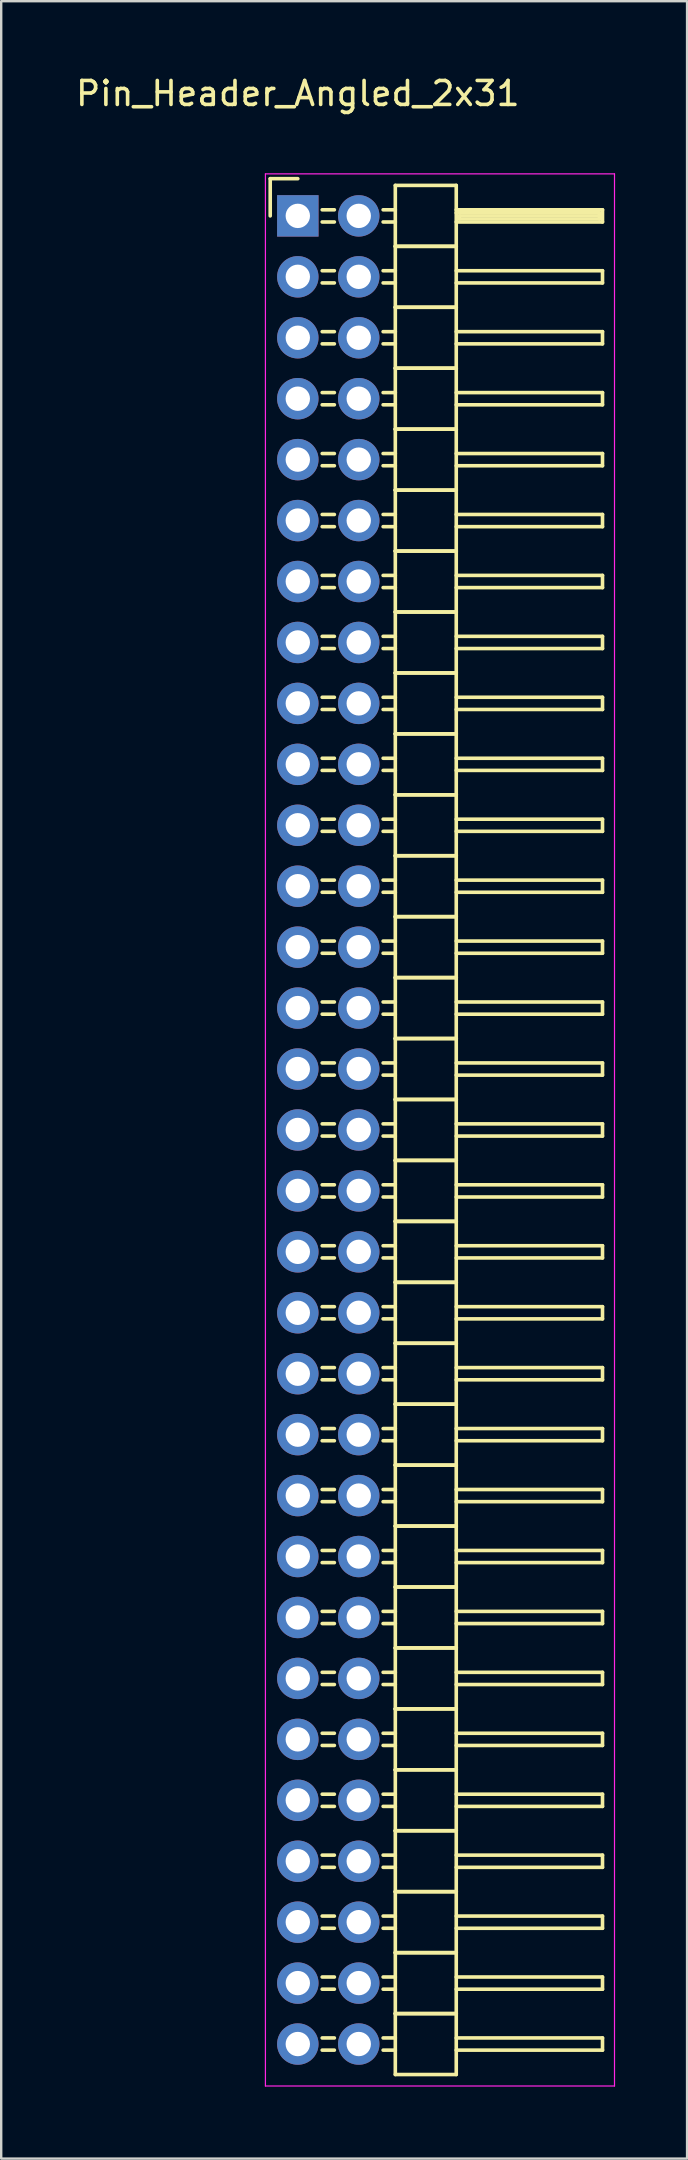
<source format=kicad_pcb>
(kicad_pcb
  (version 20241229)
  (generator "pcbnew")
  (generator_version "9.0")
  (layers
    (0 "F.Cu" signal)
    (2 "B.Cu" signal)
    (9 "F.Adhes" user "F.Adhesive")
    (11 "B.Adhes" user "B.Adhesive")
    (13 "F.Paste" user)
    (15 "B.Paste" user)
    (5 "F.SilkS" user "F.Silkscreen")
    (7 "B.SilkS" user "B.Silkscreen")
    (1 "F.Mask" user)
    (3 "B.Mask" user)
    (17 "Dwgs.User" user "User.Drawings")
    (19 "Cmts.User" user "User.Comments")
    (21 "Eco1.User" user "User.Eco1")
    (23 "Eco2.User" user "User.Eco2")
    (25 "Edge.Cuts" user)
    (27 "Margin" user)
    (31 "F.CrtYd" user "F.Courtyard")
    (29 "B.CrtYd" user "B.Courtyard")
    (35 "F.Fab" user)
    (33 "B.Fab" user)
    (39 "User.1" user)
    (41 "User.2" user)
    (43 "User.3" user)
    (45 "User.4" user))
  (footprint "Pin_Header_Angled_2x31"
    (layer "F.Cu")
    (at 9.363 5.948)
    (property "Reference" "Pin_Header_Angled_2x31" (at 0 -5.1 0) (layer "F.SilkS") (effects (font (size 1 1) (thickness 0.15))))
    (attr through_hole)
    (fp_line (start -1.15 -1.55) (end -1.15 0) (stroke (width 0.15) (type solid)) (layer "F.SilkS"))
    (fp_line (start 0 -1.55) (end -1.15 -1.55) (stroke (width 0.15) (type solid)) (layer "F.SilkS"))
    (fp_line (start 1.524 -0.254) (end 1.016 -0.254) (stroke (width 0.15) (type solid)) (layer "F.SilkS"))
    (fp_line (start 1.524 0.254) (end 1.016 0.254) (stroke (width 0.15) (type solid)) (layer "F.SilkS"))
    (fp_line (start 1.524 2.286) (end 1.016 2.286) (stroke (width 0.15) (type solid)) (layer "F.SilkS"))
    (fp_line (start 1.524 2.794) (end 1.016 2.794) (stroke (width 0.15) (type solid)) (layer "F.SilkS"))
    (fp_line (start 1.524 4.826) (end 1.016 4.826) (stroke (width 0.15) (type solid)) (layer "F.SilkS"))
    (fp_line (start 1.524 5.334) (end 1.016 5.334) (stroke (width 0.15) (type solid)) (layer "F.SilkS"))
    (fp_line (start 1.524 7.366) (end 1.016 7.366) (stroke (width 0.15) (type solid)) (layer "F.SilkS"))
    (fp_line (start 1.524 7.874) (end 1.016 7.874) (stroke (width 0.15) (type solid)) (layer "F.SilkS"))
    (fp_line (start 1.524 9.906) (end 1.016 9.906) (stroke (width 0.15) (type solid)) (layer "F.SilkS"))
    (fp_line (start 1.524 10.414) (end 1.016 10.414) (stroke (width 0.15) (type solid)) (layer "F.SilkS"))
    (fp_line (start 1.524 12.446) (end 1.016 12.446) (stroke (width 0.15) (type solid)) (layer "F.SilkS"))
    (fp_line (start 1.524 12.954) (end 1.016 12.954) (stroke (width 0.15) (type solid)) (layer "F.SilkS"))
    (fp_line (start 1.524 14.986) (end 1.016 14.986) (stroke (width 0.15) (type solid)) (layer "F.SilkS"))
    (fp_line (start 1.524 15.494) (end 1.016 15.494) (stroke (width 0.15) (type solid)) (layer "F.SilkS"))
    (fp_line (start 1.524 17.526) (end 1.016 17.526) (stroke (width 0.15) (type solid)) (layer "F.SilkS"))
    (fp_line (start 1.524 18.034) (end 1.016 18.034) (stroke (width 0.15) (type solid)) (layer "F.SilkS"))
    (fp_line (start 1.524 20.066) (end 1.016 20.066) (stroke (width 0.15) (type solid)) (layer "F.SilkS"))
    (fp_line (start 1.524 20.574) (end 1.016 20.574) (stroke (width 0.15) (type solid)) (layer "F.SilkS"))
    (fp_line (start 1.524 22.606) (end 1.016 22.606) (stroke (width 0.15) (type solid)) (layer "F.SilkS"))
    (fp_line (start 1.524 23.114) (end 1.016 23.114) (stroke (width 0.15) (type solid)) (layer "F.SilkS"))
    (fp_line (start 1.524 25.146) (end 1.016 25.146) (stroke (width 0.15) (type solid)) (layer "F.SilkS"))
    (fp_line (start 1.524 25.654) (end 1.016 25.654) (stroke (width 0.15) (type solid)) (layer "F.SilkS"))
    (fp_line (start 1.524 27.686) (end 1.016 27.686) (stroke (width 0.15) (type solid)) (layer "F.SilkS"))
    (fp_line (start 1.524 28.194) (end 1.016 28.194) (stroke (width 0.15) (type solid)) (layer "F.SilkS"))
    (fp_line (start 1.524 30.226) (end 1.016 30.226) (stroke (width 0.15) (type solid)) (layer "F.SilkS"))
    (fp_line (start 1.524 30.734) (end 1.016 30.734) (stroke (width 0.15) (type solid)) (layer "F.SilkS"))
    (fp_line (start 1.524 32.766) (end 1.016 32.766) (stroke (width 0.15) (type solid)) (layer "F.SilkS"))
    (fp_line (start 1.524 33.274) (end 1.016 33.274) (stroke (width 0.15) (type solid)) (layer "F.SilkS"))
    (fp_line (start 1.524 35.306) (end 1.016 35.306) (stroke (width 0.15) (type solid)) (layer "F.SilkS"))
    (fp_line (start 1.524 35.814) (end 1.016 35.814) (stroke (width 0.15) (type solid)) (layer "F.SilkS"))
    (fp_line (start 1.524 37.846) (end 1.016 37.846) (stroke (width 0.15) (type solid)) (layer "F.SilkS"))
    (fp_line (start 1.524 38.354) (end 1.016 38.354) (stroke (width 0.15) (type solid)) (layer "F.SilkS"))
    (fp_line (start 1.524 40.386) (end 1.016 40.386) (stroke (width 0.15) (type solid)) (layer "F.SilkS"))
    (fp_line (start 1.524 40.894) (end 1.016 40.894) (stroke (width 0.15) (type solid)) (layer "F.SilkS"))
    (fp_line (start 1.524 42.926) (end 1.016 42.926) (stroke (width 0.15) (type solid)) (layer "F.SilkS"))
    (fp_line (start 1.524 43.434) (end 1.016 43.434) (stroke (width 0.15) (type solid)) (layer "F.SilkS"))
    (fp_line (start 1.524 45.466) (end 1.016 45.466) (stroke (width 0.15) (type solid)) (layer "F.SilkS"))
    (fp_line (start 1.524 45.974) (end 1.016 45.974) (stroke (width 0.15) (type solid)) (layer "F.SilkS"))
    (fp_line (start 1.524 48.006) (end 1.016 48.006) (stroke (width 0.15) (type solid)) (layer "F.SilkS"))
    (fp_line (start 1.524 48.514) (end 1.016 48.514) (stroke (width 0.15) (type solid)) (layer "F.SilkS"))
    (fp_line (start 1.524 50.546) (end 1.016 50.546) (stroke (width 0.15) (type solid)) (layer "F.SilkS"))
    (fp_line (start 1.524 51.054) (end 1.016 51.054) (stroke (width 0.15) (type solid)) (layer "F.SilkS"))
    (fp_line (start 1.524 53.086) (end 1.016 53.086) (stroke (width 0.15) (type solid)) (layer "F.SilkS"))
    (fp_line (start 1.524 53.594) (end 1.016 53.594) (stroke (width 0.15) (type solid)) (layer "F.SilkS"))
    (fp_line (start 1.524 55.626) (end 1.016 55.626) (stroke (width 0.15) (type solid)) (layer "F.SilkS"))
    (fp_line (start 1.524 56.134) (end 1.016 56.134) (stroke (width 0.15) (type solid)) (layer "F.SilkS"))
    (fp_line (start 1.524 58.166) (end 1.016 58.166) (stroke (width 0.15) (type solid)) (layer "F.SilkS"))
    (fp_line (start 1.524 58.674) (end 1.016 58.674) (stroke (width 0.15) (type solid)) (layer "F.SilkS"))
    (fp_line (start 1.524 60.706) (end 1.016 60.706) (stroke (width 0.15) (type solid)) (layer "F.SilkS"))
    (fp_line (start 1.524 61.214) (end 1.016 61.214) (stroke (width 0.15) (type solid)) (layer "F.SilkS"))
    (fp_line (start 1.524 63.246) (end 1.016 63.246) (stroke (width 0.15) (type solid)) (layer "F.SilkS"))
    (fp_line (start 1.524 63.754) (end 1.016 63.754) (stroke (width 0.15) (type solid)) (layer "F.SilkS"))
    (fp_line (start 1.524 65.786) (end 1.016 65.786) (stroke (width 0.15) (type solid)) (layer "F.SilkS"))
    (fp_line (start 1.524 66.294) (end 1.016 66.294) (stroke (width 0.15) (type solid)) (layer "F.SilkS"))
    (fp_line (start 1.524 68.326) (end 1.016 68.326) (stroke (width 0.15) (type solid)) (layer "F.SilkS"))
    (fp_line (start 1.524 68.834) (end 1.016 68.834) (stroke (width 0.15) (type solid)) (layer "F.SilkS"))
    (fp_line (start 1.524 70.866) (end 1.016 70.866) (stroke (width 0.15) (type solid)) (layer "F.SilkS"))
    (fp_line (start 1.524 71.374) (end 1.016 71.374) (stroke (width 0.15) (type solid)) (layer "F.SilkS"))
    (fp_line (start 1.524 73.406) (end 1.016 73.406) (stroke (width 0.15) (type solid)) (layer "F.SilkS"))
    (fp_line (start 1.524 73.914) (end 1.016 73.914) (stroke (width 0.15) (type solid)) (layer "F.SilkS"))
    (fp_line (start 1.524 75.946) (end 1.016 75.946) (stroke (width 0.15) (type solid)) (layer "F.SilkS"))
    (fp_line (start 1.524 76.454) (end 1.016 76.454) (stroke (width 0.15) (type solid)) (layer "F.SilkS"))
    (fp_line (start 4.064 -1.27) (end 4.064 1.27) (stroke (width 0.15) (type solid)) (layer "F.SilkS"))
    (fp_line (start 4.064 -1.27) (end 6.604 -1.27) (stroke (width 0.15) (type solid)) (layer "F.SilkS"))
    (fp_line (start 4.064 -0.254) (end 3.556 -0.254) (stroke (width 0.15) (type solid)) (layer "F.SilkS"))
    (fp_line (start 4.064 0.254) (end 3.556 0.254) (stroke (width 0.15) (type solid)) (layer "F.SilkS"))
    (fp_line (start 4.064 1.27) (end 4.064 3.81) (stroke (width 0.15) (type solid)) (layer "F.SilkS"))
    (fp_line (start 4.064 1.27) (end 6.604 1.27) (stroke (width 0.15) (type solid)) (layer "F.SilkS"))
    (fp_line (start 4.064 1.27) (end 6.604 1.27) (stroke (width 0.15) (type solid)) (layer "F.SilkS"))
    (fp_line (start 4.064 2.286) (end 3.556 2.286) (stroke (width 0.15) (type solid)) (layer "F.SilkS"))
    (fp_line (start 4.064 2.794) (end 3.556 2.794) (stroke (width 0.15) (type solid)) (layer "F.SilkS"))
    (fp_line (start 4.064 3.81) (end 4.064 6.35) (stroke (width 0.15) (type solid)) (layer "F.SilkS"))
    (fp_line (start 4.064 3.81) (end 6.604 3.81) (stroke (width 0.15) (type solid)) (layer "F.SilkS"))
    (fp_line (start 4.064 3.81) (end 6.604 3.81) (stroke (width 0.15) (type solid)) (layer "F.SilkS"))
    (fp_line (start 4.064 4.826) (end 3.556 4.826) (stroke (width 0.15) (type solid)) (layer "F.SilkS"))
    (fp_line (start 4.064 5.334) (end 3.556 5.334) (stroke (width 0.15) (type solid)) (layer "F.SilkS"))
    (fp_line (start 4.064 6.35) (end 4.064 8.89) (stroke (width 0.15) (type solid)) (layer "F.SilkS"))
    (fp_line (start 4.064 6.35) (end 6.604 6.35) (stroke (width 0.15) (type solid)) (layer "F.SilkS"))
    (fp_line (start 4.064 6.35) (end 6.604 6.35) (stroke (width 0.15) (type solid)) (layer "F.SilkS"))
    (fp_line (start 4.064 7.366) (end 3.556 7.366) (stroke (width 0.15) (type solid)) (layer "F.SilkS"))
    (fp_line (start 4.064 7.874) (end 3.556 7.874) (stroke (width 0.15) (type solid)) (layer "F.SilkS"))
    (fp_line (start 4.064 8.89) (end 4.064 11.43) (stroke (width 0.15) (type solid)) (layer "F.SilkS"))
    (fp_line (start 4.064 8.89) (end 6.604 8.89) (stroke (width 0.15) (type solid)) (layer "F.SilkS"))
    (fp_line (start 4.064 8.89) (end 6.604 8.89) (stroke (width 0.15) (type solid)) (layer "F.SilkS"))
    (fp_line (start 4.064 9.906) (end 3.556 9.906) (stroke (width 0.15) (type solid)) (layer "F.SilkS"))
    (fp_line (start 4.064 10.414) (end 3.556 10.414) (stroke (width 0.15) (type solid)) (layer "F.SilkS"))
    (fp_line (start 4.064 11.43) (end 4.064 13.97) (stroke (width 0.15) (type solid)) (layer "F.SilkS"))
    (fp_line (start 4.064 11.43) (end 6.604 11.43) (stroke (width 0.15) (type solid)) (layer "F.SilkS"))
    (fp_line (start 4.064 11.43) (end 6.604 11.43) (stroke (width 0.15) (type solid)) (layer "F.SilkS"))
    (fp_line (start 4.064 12.446) (end 3.556 12.446) (stroke (width 0.15) (type solid)) (layer "F.SilkS"))
    (fp_line (start 4.064 12.954) (end 3.556 12.954) (stroke (width 0.15) (type solid)) (layer "F.SilkS"))
    (fp_line (start 4.064 13.97) (end 4.064 16.51) (stroke (width 0.15) (type solid)) (layer "F.SilkS"))
    (fp_line (start 4.064 13.97) (end 6.604 13.97) (stroke (width 0.15) (type solid)) (layer "F.SilkS"))
    (fp_line (start 4.064 13.97) (end 6.604 13.97) (stroke (width 0.15) (type solid)) (layer "F.SilkS"))
    (fp_line (start 4.064 14.986) (end 3.556 14.986) (stroke (width 0.15) (type solid)) (layer "F.SilkS"))
    (fp_line (start 4.064 15.494) (end 3.556 15.494) (stroke (width 0.15) (type solid)) (layer "F.SilkS"))
    (fp_line (start 4.064 16.51) (end 4.064 19.05) (stroke (width 0.15) (type solid)) (layer "F.SilkS"))
    (fp_line (start 4.064 16.51) (end 6.604 16.51) (stroke (width 0.15) (type solid)) (layer "F.SilkS"))
    (fp_line (start 4.064 16.51) (end 6.604 16.51) (stroke (width 0.15) (type solid)) (layer "F.SilkS"))
    (fp_line (start 4.064 17.526) (end 3.556 17.526) (stroke (width 0.15) (type solid)) (layer "F.SilkS"))
    (fp_line (start 4.064 18.034) (end 3.556 18.034) (stroke (width 0.15) (type solid)) (layer "F.SilkS"))
    (fp_line (start 4.064 19.05) (end 4.064 21.59) (stroke (width 0.15) (type solid)) (layer "F.SilkS"))
    (fp_line (start 4.064 19.05) (end 6.604 19.05) (stroke (width 0.15) (type solid)) (layer "F.SilkS"))
    (fp_line (start 4.064 19.05) (end 6.604 19.05) (stroke (width 0.15) (type solid)) (layer "F.SilkS"))
    (fp_line (start 4.064 20.066) (end 3.556 20.066) (stroke (width 0.15) (type solid)) (layer "F.SilkS"))
    (fp_line (start 4.064 20.574) (end 3.556 20.574) (stroke (width 0.15) (type solid)) (layer "F.SilkS"))
    (fp_line (start 4.064 21.59) (end 4.064 24.13) (stroke (width 0.15) (type solid)) (layer "F.SilkS"))
    (fp_line (start 4.064 21.59) (end 6.604 21.59) (stroke (width 0.15) (type solid)) (layer "F.SilkS"))
    (fp_line (start 4.064 21.59) (end 6.604 21.59) (stroke (width 0.15) (type solid)) (layer "F.SilkS"))
    (fp_line (start 4.064 22.606) (end 3.556 22.606) (stroke (width 0.15) (type solid)) (layer "F.SilkS"))
    (fp_line (start 4.064 23.114) (end 3.556 23.114) (stroke (width 0.15) (type solid)) (layer "F.SilkS"))
    (fp_line (start 4.064 24.13) (end 4.064 26.67) (stroke (width 0.15) (type solid)) (layer "F.SilkS"))
    (fp_line (start 4.064 24.13) (end 6.604 24.13) (stroke (width 0.15) (type solid)) (layer "F.SilkS"))
    (fp_line (start 4.064 24.13) (end 6.604 24.13) (stroke (width 0.15) (type solid)) (layer "F.SilkS"))
    (fp_line (start 4.064 25.146) (end 3.556 25.146) (stroke (width 0.15) (type solid)) (layer "F.SilkS"))
    (fp_line (start 4.064 25.654) (end 3.556 25.654) (stroke (width 0.15) (type solid)) (layer "F.SilkS"))
    (fp_line (start 4.064 26.67) (end 4.064 29.21) (stroke (width 0.15) (type solid)) (layer "F.SilkS"))
    (fp_line (start 4.064 26.67) (end 6.604 26.67) (stroke (width 0.15) (type solid)) (layer "F.SilkS"))
    (fp_line (start 4.064 26.67) (end 6.604 26.67) (stroke (width 0.15) (type solid)) (layer "F.SilkS"))
    (fp_line (start 4.064 27.686) (end 3.556 27.686) (stroke (width 0.15) (type solid)) (layer "F.SilkS"))
    (fp_line (start 4.064 28.194) (end 3.556 28.194) (stroke (width 0.15) (type solid)) (layer "F.SilkS"))
    (fp_line (start 4.064 29.21) (end 4.064 31.75) (stroke (width 0.15) (type solid)) (layer "F.SilkS"))
    (fp_line (start 4.064 29.21) (end 6.604 29.21) (stroke (width 0.15) (type solid)) (layer "F.SilkS"))
    (fp_line (start 4.064 29.21) (end 6.604 29.21) (stroke (width 0.15) (type solid)) (layer "F.SilkS"))
    (fp_line (start 4.064 30.226) (end 3.556 30.226) (stroke (width 0.15) (type solid)) (layer "F.SilkS"))
    (fp_line (start 4.064 30.734) (end 3.556 30.734) (stroke (width 0.15) (type solid)) (layer "F.SilkS"))
    (fp_line (start 4.064 31.75) (end 4.064 34.29) (stroke (width 0.15) (type solid)) (layer "F.SilkS"))
    (fp_line (start 4.064 31.75) (end 6.604 31.75) (stroke (width 0.15) (type solid)) (layer "F.SilkS"))
    (fp_line (start 4.064 31.75) (end 6.604 31.75) (stroke (width 0.15) (type solid)) (layer "F.SilkS"))
    (fp_line (start 4.064 32.766) (end 3.556 32.766) (stroke (width 0.15) (type solid)) (layer "F.SilkS"))
    (fp_line (start 4.064 33.274) (end 3.556 33.274) (stroke (width 0.15) (type solid)) (layer "F.SilkS"))
    (fp_line (start 4.064 34.29) (end 4.064 36.83) (stroke (width 0.15) (type solid)) (layer "F.SilkS"))
    (fp_line (start 4.064 34.29) (end 6.604 34.29) (stroke (width 0.15) (type solid)) (layer "F.SilkS"))
    (fp_line (start 4.064 34.29) (end 6.604 34.29) (stroke (width 0.15) (type solid)) (layer "F.SilkS"))
    (fp_line (start 4.064 35.306) (end 3.556 35.306) (stroke (width 0.15) (type solid)) (layer "F.SilkS"))
    (fp_line (start 4.064 35.814) (end 3.556 35.814) (stroke (width 0.15) (type solid)) (layer "F.SilkS"))
    (fp_line (start 4.064 36.83) (end 4.064 39.37) (stroke (width 0.15) (type solid)) (layer "F.SilkS"))
    (fp_line (start 4.064 36.83) (end 6.604 36.83) (stroke (width 0.15) (type solid)) (layer "F.SilkS"))
    (fp_line (start 4.064 36.83) (end 6.604 36.83) (stroke (width 0.15) (type solid)) (layer "F.SilkS"))
    (fp_line (start 4.064 37.846) (end 3.556 37.846) (stroke (width 0.15) (type solid)) (layer "F.SilkS"))
    (fp_line (start 4.064 38.354) (end 3.556 38.354) (stroke (width 0.15) (type solid)) (layer "F.SilkS"))
    (fp_line (start 4.064 39.37) (end 4.064 41.91) (stroke (width 0.15) (type solid)) (layer "F.SilkS"))
    (fp_line (start 4.064 39.37) (end 6.604 39.37) (stroke (width 0.15) (type solid)) (layer "F.SilkS"))
    (fp_line (start 4.064 39.37) (end 6.604 39.37) (stroke (width 0.15) (type solid)) (layer "F.SilkS"))
    (fp_line (start 4.064 40.386) (end 3.556 40.386) (stroke (width 0.15) (type solid)) (layer "F.SilkS"))
    (fp_line (start 4.064 40.894) (end 3.556 40.894) (stroke (width 0.15) (type solid)) (layer "F.SilkS"))
    (fp_line (start 4.064 41.91) (end 4.064 44.45) (stroke (width 0.15) (type solid)) (layer "F.SilkS"))
    (fp_line (start 4.064 41.91) (end 6.604 41.91) (stroke (width 0.15) (type solid)) (layer "F.SilkS"))
    (fp_line (start 4.064 41.91) (end 6.604 41.91) (stroke (width 0.15) (type solid)) (layer "F.SilkS"))
    (fp_line (start 4.064 42.926) (end 3.556 42.926) (stroke (width 0.15) (type solid)) (layer "F.SilkS"))
    (fp_line (start 4.064 43.434) (end 3.556 43.434) (stroke (width 0.15) (type solid)) (layer "F.SilkS"))
    (fp_line (start 4.064 44.45) (end 4.064 46.99) (stroke (width 0.15) (type solid)) (layer "F.SilkS"))
    (fp_line (start 4.064 44.45) (end 6.604 44.45) (stroke (width 0.15) (type solid)) (layer "F.SilkS"))
    (fp_line (start 4.064 44.45) (end 6.604 44.45) (stroke (width 0.15) (type solid)) (layer "F.SilkS"))
    (fp_line (start 4.064 45.466) (end 3.556 45.466) (stroke (width 0.15) (type solid)) (layer "F.SilkS"))
    (fp_line (start 4.064 45.974) (end 3.556 45.974) (stroke (width 0.15) (type solid)) (layer "F.SilkS"))
    (fp_line (start 4.064 46.99) (end 4.064 49.53) (stroke (width 0.15) (type solid)) (layer "F.SilkS"))
    (fp_line (start 4.064 46.99) (end 6.604 46.99) (stroke (width 0.15) (type solid)) (layer "F.SilkS"))
    (fp_line (start 4.064 46.99) (end 6.604 46.99) (stroke (width 0.15) (type solid)) (layer "F.SilkS"))
    (fp_line (start 4.064 48.006) (end 3.556 48.006) (stroke (width 0.15) (type solid)) (layer "F.SilkS"))
    (fp_line (start 4.064 48.514) (end 3.556 48.514) (stroke (width 0.15) (type solid)) (layer "F.SilkS"))
    (fp_line (start 4.064 49.53) (end 4.064 52.07) (stroke (width 0.15) (type solid)) (layer "F.SilkS"))
    (fp_line (start 4.064 49.53) (end 6.604 49.53) (stroke (width 0.15) (type solid)) (layer "F.SilkS"))
    (fp_line (start 4.064 49.53) (end 6.604 49.53) (stroke (width 0.15) (type solid)) (layer "F.SilkS"))
    (fp_line (start 4.064 50.546) (end 3.556 50.546) (stroke (width 0.15) (type solid)) (layer "F.SilkS"))
    (fp_line (start 4.064 51.054) (end 3.556 51.054) (stroke (width 0.15) (type solid)) (layer "F.SilkS"))
    (fp_line (start 4.064 52.07) (end 4.064 54.61) (stroke (width 0.15) (type solid)) (layer "F.SilkS"))
    (fp_line (start 4.064 52.07) (end 6.604 52.07) (stroke (width 0.15) (type solid)) (layer "F.SilkS"))
    (fp_line (start 4.064 52.07) (end 6.604 52.07) (stroke (width 0.15) (type solid)) (layer "F.SilkS"))
    (fp_line (start 4.064 53.086) (end 3.556 53.086) (stroke (width 0.15) (type solid)) (layer "F.SilkS"))
    (fp_line (start 4.064 53.594) (end 3.556 53.594) (stroke (width 0.15) (type solid)) (layer "F.SilkS"))
    (fp_line (start 4.064 54.61) (end 4.064 57.15) (stroke (width 0.15) (type solid)) (layer "F.SilkS"))
    (fp_line (start 4.064 54.61) (end 6.604 54.61) (stroke (width 0.15) (type solid)) (layer "F.SilkS"))
    (fp_line (start 4.064 54.61) (end 6.604 54.61) (stroke (width 0.15) (type solid)) (layer "F.SilkS"))
    (fp_line (start 4.064 55.626) (end 3.556 55.626) (stroke (width 0.15) (type solid)) (layer "F.SilkS"))
    (fp_line (start 4.064 56.134) (end 3.556 56.134) (stroke (width 0.15) (type solid)) (layer "F.SilkS"))
    (fp_line (start 4.064 57.15) (end 4.064 59.69) (stroke (width 0.15) (type solid)) (layer "F.SilkS"))
    (fp_line (start 4.064 57.15) (end 6.604 57.15) (stroke (width 0.15) (type solid)) (layer "F.SilkS"))
    (fp_line (start 4.064 57.15) (end 6.604 57.15) (stroke (width 0.15) (type solid)) (layer "F.SilkS"))
    (fp_line (start 4.064 58.166) (end 3.556 58.166) (stroke (width 0.15) (type solid)) (layer "F.SilkS"))
    (fp_line (start 4.064 58.674) (end 3.556 58.674) (stroke (width 0.15) (type solid)) (layer "F.SilkS"))
    (fp_line (start 4.064 59.69) (end 4.064 62.23) (stroke (width 0.15) (type solid)) (layer "F.SilkS"))
    (fp_line (start 4.064 59.69) (end 6.604 59.69) (stroke (width 0.15) (type solid)) (layer "F.SilkS"))
    (fp_line (start 4.064 59.69) (end 6.604 59.69) (stroke (width 0.15) (type solid)) (layer "F.SilkS"))
    (fp_line (start 4.064 60.706) (end 3.556 60.706) (stroke (width 0.15) (type solid)) (layer "F.SilkS"))
    (fp_line (start 4.064 61.214) (end 3.556 61.214) (stroke (width 0.15) (type solid)) (layer "F.SilkS"))
    (fp_line (start 4.064 62.23) (end 4.064 64.77) (stroke (width 0.15) (type solid)) (layer "F.SilkS"))
    (fp_line (start 4.064 62.23) (end 6.604 62.23) (stroke (width 0.15) (type solid)) (layer "F.SilkS"))
    (fp_line (start 4.064 62.23) (end 6.604 62.23) (stroke (width 0.15) (type solid)) (layer "F.SilkS"))
    (fp_line (start 4.064 63.246) (end 3.556 63.246) (stroke (width 0.15) (type solid)) (layer "F.SilkS"))
    (fp_line (start 4.064 63.754) (end 3.556 63.754) (stroke (width 0.15) (type solid)) (layer "F.SilkS"))
    (fp_line (start 4.064 64.77) (end 4.064 67.31) (stroke (width 0.15) (type solid)) (layer "F.SilkS"))
    (fp_line (start 4.064 64.77) (end 6.604 64.77) (stroke (width 0.15) (type solid)) (layer "F.SilkS"))
    (fp_line (start 4.064 64.77) (end 6.604 64.77) (stroke (width 0.15) (type solid)) (layer "F.SilkS"))
    (fp_line (start 4.064 65.786) (end 3.556 65.786) (stroke (width 0.15) (type solid)) (layer "F.SilkS"))
    (fp_line (start 4.064 66.294) (end 3.556 66.294) (stroke (width 0.15) (type solid)) (layer "F.SilkS"))
    (fp_line (start 4.064 67.31) (end 4.064 69.85) (stroke (width 0.15) (type solid)) (layer "F.SilkS"))
    (fp_line (start 4.064 67.31) (end 6.604 67.31) (stroke (width 0.15) (type solid)) (layer "F.SilkS"))
    (fp_line (start 4.064 67.31) (end 6.604 67.31) (stroke (width 0.15) (type solid)) (layer "F.SilkS"))
    (fp_line (start 4.064 68.326) (end 3.556 68.326) (stroke (width 0.15) (type solid)) (layer "F.SilkS"))
    (fp_line (start 4.064 68.834) (end 3.556 68.834) (stroke (width 0.15) (type solid)) (layer "F.SilkS"))
    (fp_line (start 4.064 69.85) (end 4.064 72.39) (stroke (width 0.15) (type solid)) (layer "F.SilkS"))
    (fp_line (start 4.064 69.85) (end 6.604 69.85) (stroke (width 0.15) (type solid)) (layer "F.SilkS"))
    (fp_line (start 4.064 69.85) (end 6.604 69.85) (stroke (width 0.15) (type solid)) (layer "F.SilkS"))
    (fp_line (start 4.064 70.866) (end 3.556 70.866) (stroke (width 0.15) (type solid)) (layer "F.SilkS"))
    (fp_line (start 4.064 71.374) (end 3.556 71.374) (stroke (width 0.15) (type solid)) (layer "F.SilkS"))
    (fp_line (start 4.064 72.39) (end 4.064 74.93) (stroke (width 0.15) (type solid)) (layer "F.SilkS"))
    (fp_line (start 4.064 72.39) (end 6.604 72.39) (stroke (width 0.15) (type solid)) (layer "F.SilkS"))
    (fp_line (start 4.064 72.39) (end 6.604 72.39) (stroke (width 0.15) (type solid)) (layer "F.SilkS"))
    (fp_line (start 4.064 73.406) (end 3.556 73.406) (stroke (width 0.15) (type solid)) (layer "F.SilkS"))
    (fp_line (start 4.064 73.914) (end 3.556 73.914) (stroke (width 0.15) (type solid)) (layer "F.SilkS"))
    (fp_line (start 4.064 74.93) (end 4.064 77.47) (stroke (width 0.15) (type solid)) (layer "F.SilkS"))
    (fp_line (start 4.064 74.93) (end 6.604 74.93) (stroke (width 0.15) (type solid)) (layer "F.SilkS"))
    (fp_line (start 4.064 74.93) (end 6.604 74.93) (stroke (width 0.15) (type solid)) (layer "F.SilkS"))
    (fp_line (start 4.064 75.946) (end 3.556 75.946) (stroke (width 0.15) (type solid)) (layer "F.SilkS"))
    (fp_line (start 4.064 76.454) (end 3.556 76.454) (stroke (width 0.15) (type solid)) (layer "F.SilkS"))
    (fp_line (start 4.064 77.47) (end 6.604 77.47) (stroke (width 0.15) (type solid)) (layer "F.SilkS"))
    (fp_line (start 6.604 -0.254) (end 12.7 -0.254) (stroke (width 0.15) (type solid)) (layer "F.SilkS"))
    (fp_line (start 6.604 -0.127) (end 12.573 -0.127) (stroke (width 0.15) (type solid)) (layer "F.SilkS"))
    (fp_line (start 6.604 1.27) (end 6.604 -1.27) (stroke (width 0.15) (type solid)) (layer "F.SilkS"))
    (fp_line (start 6.604 2.286) (end 12.7 2.286) (stroke (width 0.15) (type solid)) (layer "F.SilkS"))
    (fp_line (start 6.604 3.81) (end 6.604 1.27) (stroke (width 0.15) (type solid)) (layer "F.SilkS"))
    (fp_line (start 6.604 4.826) (end 12.7 4.826) (stroke (width 0.15) (type solid)) (layer "F.SilkS"))
    (fp_line (start 6.604 6.35) (end 6.604 3.81) (stroke (width 0.15) (type solid)) (layer "F.SilkS"))
    (fp_line (start 6.604 7.366) (end 12.7 7.366) (stroke (width 0.15) (type solid)) (layer "F.SilkS"))
    (fp_line (start 6.604 8.89) (end 6.604 6.35) (stroke (width 0.15) (type solid)) (layer "F.SilkS"))
    (fp_line (start 6.604 9.906) (end 12.7 9.906) (stroke (width 0.15) (type solid)) (layer "F.SilkS"))
    (fp_line (start 6.604 11.43) (end 6.604 8.89) (stroke (width 0.15) (type solid)) (layer "F.SilkS"))
    (fp_line (start 6.604 12.446) (end 12.7 12.446) (stroke (width 0.15) (type solid)) (layer "F.SilkS"))
    (fp_line (start 6.604 13.97) (end 6.604 11.43) (stroke (width 0.15) (type solid)) (layer "F.SilkS"))
    (fp_line (start 6.604 14.986) (end 12.7 14.986) (stroke (width 0.15) (type solid)) (layer "F.SilkS"))
    (fp_line (start 6.604 16.51) (end 6.604 13.97) (stroke (width 0.15) (type solid)) (layer "F.SilkS"))
    (fp_line (start 6.604 17.526) (end 12.7 17.526) (stroke (width 0.15) (type solid)) (layer "F.SilkS"))
    (fp_line (start 6.604 19.05) (end 6.604 16.51) (stroke (width 0.15) (type solid)) (layer "F.SilkS"))
    (fp_line (start 6.604 20.066) (end 12.7 20.066) (stroke (width 0.15) (type solid)) (layer "F.SilkS"))
    (fp_line (start 6.604 21.59) (end 6.604 19.05) (stroke (width 0.15) (type solid)) (layer "F.SilkS"))
    (fp_line (start 6.604 22.606) (end 12.7 22.606) (stroke (width 0.15) (type solid)) (layer "F.SilkS"))
    (fp_line (start 6.604 24.13) (end 6.604 21.59) (stroke (width 0.15) (type solid)) (layer "F.SilkS"))
    (fp_line (start 6.604 25.146) (end 12.7 25.146) (stroke (width 0.15) (type solid)) (layer "F.SilkS"))
    (fp_line (start 6.604 26.67) (end 6.604 24.13) (stroke (width 0.15) (type solid)) (layer "F.SilkS"))
    (fp_line (start 6.604 27.686) (end 12.7 27.686) (stroke (width 0.15) (type solid)) (layer "F.SilkS"))
    (fp_line (start 6.604 29.21) (end 6.604 26.67) (stroke (width 0.15) (type solid)) (layer "F.SilkS"))
    (fp_line (start 6.604 30.226) (end 12.7 30.226) (stroke (width 0.15) (type solid)) (layer "F.SilkS"))
    (fp_line (start 6.604 31.75) (end 6.604 29.21) (stroke (width 0.15) (type solid)) (layer "F.SilkS"))
    (fp_line (start 6.604 32.766) (end 12.7 32.766) (stroke (width 0.15) (type solid)) (layer "F.SilkS"))
    (fp_line (start 6.604 34.29) (end 6.604 31.75) (stroke (width 0.15) (type solid)) (layer "F.SilkS"))
    (fp_line (start 6.604 35.306) (end 12.7 35.306) (stroke (width 0.15) (type solid)) (layer "F.SilkS"))
    (fp_line (start 6.604 36.83) (end 6.604 34.29) (stroke (width 0.15) (type solid)) (layer "F.SilkS"))
    (fp_line (start 6.604 37.846) (end 12.7 37.846) (stroke (width 0.15) (type solid)) (layer "F.SilkS"))
    (fp_line (start 6.604 39.37) (end 6.604 36.83) (stroke (width 0.15) (type solid)) (layer "F.SilkS"))
    (fp_line (start 6.604 40.386) (end 12.7 40.386) (stroke (width 0.15) (type solid)) (layer "F.SilkS"))
    (fp_line (start 6.604 41.91) (end 6.604 39.37) (stroke (width 0.15) (type solid)) (layer "F.SilkS"))
    (fp_line (start 6.604 42.926) (end 12.7 42.926) (stroke (width 0.15) (type solid)) (layer "F.SilkS"))
    (fp_line (start 6.604 44.45) (end 6.604 41.91) (stroke (width 0.15) (type solid)) (layer "F.SilkS"))
    (fp_line (start 6.604 45.466) (end 12.7 45.466) (stroke (width 0.15) (type solid)) (layer "F.SilkS"))
    (fp_line (start 6.604 46.99) (end 6.604 44.45) (stroke (width 0.15) (type solid)) (layer "F.SilkS"))
    (fp_line (start 6.604 48.006) (end 12.7 48.006) (stroke (width 0.15) (type solid)) (layer "F.SilkS"))
    (fp_line (start 6.604 49.53) (end 6.604 46.99) (stroke (width 0.15) (type solid)) (layer "F.SilkS"))
    (fp_line (start 6.604 50.546) (end 12.7 50.546) (stroke (width 0.15) (type solid)) (layer "F.SilkS"))
    (fp_line (start 6.604 52.07) (end 6.604 49.53) (stroke (width 0.15) (type solid)) (layer "F.SilkS"))
    (fp_line (start 6.604 53.086) (end 12.7 53.086) (stroke (width 0.15) (type solid)) (layer "F.SilkS"))
    (fp_line (start 6.604 54.61) (end 6.604 52.07) (stroke (width 0.15) (type solid)) (layer "F.SilkS"))
    (fp_line (start 6.604 55.626) (end 12.7 55.626) (stroke (width 0.15) (type solid)) (layer "F.SilkS"))
    (fp_line (start 6.604 57.15) (end 6.604 54.61) (stroke (width 0.15) (type solid)) (layer "F.SilkS"))
    (fp_line (start 6.604 58.166) (end 12.7 58.166) (stroke (width 0.15) (type solid)) (layer "F.SilkS"))
    (fp_line (start 6.604 59.69) (end 6.604 57.15) (stroke (width 0.15) (type solid)) (layer "F.SilkS"))
    (fp_line (start 6.604 60.706) (end 12.7 60.706) (stroke (width 0.15) (type solid)) (layer "F.SilkS"))
    (fp_line (start 6.604 62.23) (end 6.604 59.69) (stroke (width 0.15) (type solid)) (layer "F.SilkS"))
    (fp_line (start 6.604 63.246) (end 12.7 63.246) (stroke (width 0.15) (type solid)) (layer "F.SilkS"))
    (fp_line (start 6.604 64.77) (end 6.604 62.23) (stroke (width 0.15) (type solid)) (layer "F.SilkS"))
    (fp_line (start 6.604 65.786) (end 12.7 65.786) (stroke (width 0.15) (type solid)) (layer "F.SilkS"))
    (fp_line (start 6.604 67.31) (end 6.604 64.77) (stroke (width 0.15) (type solid)) (layer "F.SilkS"))
    (fp_line (start 6.604 68.326) (end 12.7 68.326) (stroke (width 0.15) (type solid)) (layer "F.SilkS"))
    (fp_line (start 6.604 69.85) (end 6.604 67.31) (stroke (width 0.15) (type solid)) (layer "F.SilkS"))
    (fp_line (start 6.604 70.866) (end 12.7 70.866) (stroke (width 0.15) (type solid)) (layer "F.SilkS"))
    (fp_line (start 6.604 72.39) (end 6.604 69.85) (stroke (width 0.15) (type solid)) (layer "F.SilkS"))
    (fp_line (start 6.604 73.406) (end 12.7 73.406) (stroke (width 0.15) (type solid)) (layer "F.SilkS"))
    (fp_line (start 6.604 74.93) (end 6.604 72.39) (stroke (width 0.15) (type solid)) (layer "F.SilkS"))
    (fp_line (start 6.604 75.946) (end 12.7 75.946) (stroke (width 0.15) (type solid)) (layer "F.SilkS"))
    (fp_line (start 6.604 77.47) (end 6.604 74.93) (stroke (width 0.15) (type solid)) (layer "F.SilkS"))
    (fp_line (start 6.731 0) (end 12.573 0) (stroke (width 0.15) (type solid)) (layer "F.SilkS"))
    (fp_line (start 6.731 0.127) (end 6.731 0) (stroke (width 0.15) (type solid)) (layer "F.SilkS"))
    (fp_line (start 12.573 -0.127) (end 12.573 0.127) (stroke (width 0.15) (type solid)) (layer "F.SilkS"))
    (fp_line (start 12.573 0.127) (end 6.731 0.127) (stroke (width 0.15) (type solid)) (layer "F.SilkS"))
    (fp_line (start 12.7 -0.254) (end 12.7 0.254) (stroke (width 0.15) (type solid)) (layer "F.SilkS"))
    (fp_line (start 12.7 0.254) (end 6.604 0.254) (stroke (width 0.15) (type solid)) (layer "F.SilkS"))
    (fp_line (start 12.7 2.286) (end 12.7 2.794) (stroke (width 0.15) (type solid)) (layer "F.SilkS"))
    (fp_line (start 12.7 2.794) (end 6.604 2.794) (stroke (width 0.15) (type solid)) (layer "F.SilkS"))
    (fp_line (start 12.7 4.826) (end 12.7 5.334) (stroke (width 0.15) (type solid)) (layer "F.SilkS"))
    (fp_line (start 12.7 5.334) (end 6.604 5.334) (stroke (width 0.15) (type solid)) (layer "F.SilkS"))
    (fp_line (start 12.7 7.366) (end 12.7 7.874) (stroke (width 0.15) (type solid)) (layer "F.SilkS"))
    (fp_line (start 12.7 7.874) (end 6.604 7.874) (stroke (width 0.15) (type solid)) (layer "F.SilkS"))
    (fp_line (start 12.7 9.906) (end 12.7 10.414) (stroke (width 0.15) (type solid)) (layer "F.SilkS"))
    (fp_line (start 12.7 10.414) (end 6.604 10.414) (stroke (width 0.15) (type solid)) (layer "F.SilkS"))
    (fp_line (start 12.7 12.446) (end 12.7 12.954) (stroke (width 0.15) (type solid)) (layer "F.SilkS"))
    (fp_line (start 12.7 12.954) (end 6.604 12.954) (stroke (width 0.15) (type solid)) (layer "F.SilkS"))
    (fp_line (start 12.7 14.986) (end 12.7 15.494) (stroke (width 0.15) (type solid)) (layer "F.SilkS"))
    (fp_line (start 12.7 15.494) (end 6.604 15.494) (stroke (width 0.15) (type solid)) (layer "F.SilkS"))
    (fp_line (start 12.7 17.526) (end 12.7 18.034) (stroke (width 0.15) (type solid)) (layer "F.SilkS"))
    (fp_line (start 12.7 18.034) (end 6.604 18.034) (stroke (width 0.15) (type solid)) (layer "F.SilkS"))
    (fp_line (start 12.7 20.066) (end 12.7 20.574) (stroke (width 0.15) (type solid)) (layer "F.SilkS"))
    (fp_line (start 12.7 20.574) (end 6.604 20.574) (stroke (width 0.15) (type solid)) (layer "F.SilkS"))
    (fp_line (start 12.7 22.606) (end 12.7 23.114) (stroke (width 0.15) (type solid)) (layer "F.SilkS"))
    (fp_line (start 12.7 23.114) (end 6.604 23.114) (stroke (width 0.15) (type solid)) (layer "F.SilkS"))
    (fp_line (start 12.7 25.146) (end 12.7 25.654) (stroke (width 0.15) (type solid)) (layer "F.SilkS"))
    (fp_line (start 12.7 25.654) (end 6.604 25.654) (stroke (width 0.15) (type solid)) (layer "F.SilkS"))
    (fp_line (start 12.7 27.686) (end 12.7 28.194) (stroke (width 0.15) (type solid)) (layer "F.SilkS"))
    (fp_line (start 12.7 28.194) (end 6.604 28.194) (stroke (width 0.15) (type solid)) (layer "F.SilkS"))
    (fp_line (start 12.7 30.226) (end 12.7 30.734) (stroke (width 0.15) (type solid)) (layer "F.SilkS"))
    (fp_line (start 12.7 30.734) (end 6.604 30.734) (stroke (width 0.15) (type solid)) (layer "F.SilkS"))
    (fp_line (start 12.7 32.766) (end 12.7 33.274) (stroke (width 0.15) (type solid)) (layer "F.SilkS"))
    (fp_line (start 12.7 33.274) (end 6.604 33.274) (stroke (width 0.15) (type solid)) (layer "F.SilkS"))
    (fp_line (start 12.7 35.306) (end 12.7 35.814) (stroke (width 0.15) (type solid)) (layer "F.SilkS"))
    (fp_line (start 12.7 35.814) (end 6.604 35.814) (stroke (width 0.15) (type solid)) (layer "F.SilkS"))
    (fp_line (start 12.7 37.846) (end 12.7 38.354) (stroke (width 0.15) (type solid)) (layer "F.SilkS"))
    (fp_line (start 12.7 38.354) (end 6.604 38.354) (stroke (width 0.15) (type solid)) (layer "F.SilkS"))
    (fp_line (start 12.7 40.386) (end 12.7 40.894) (stroke (width 0.15) (type solid)) (layer "F.SilkS"))
    (fp_line (start 12.7 40.894) (end 6.604 40.894) (stroke (width 0.15) (type solid)) (layer "F.SilkS"))
    (fp_line (start 12.7 42.926) (end 12.7 43.434) (stroke (width 0.15) (type solid)) (layer "F.SilkS"))
    (fp_line (start 12.7 43.434) (end 6.604 43.434) (stroke (width 0.15) (type solid)) (layer "F.SilkS"))
    (fp_line (start 12.7 45.466) (end 12.7 45.974) (stroke (width 0.15) (type solid)) (layer "F.SilkS"))
    (fp_line (start 12.7 45.974) (end 6.604 45.974) (stroke (width 0.15) (type solid)) (layer "F.SilkS"))
    (fp_line (start 12.7 48.006) (end 12.7 48.514) (stroke (width 0.15) (type solid)) (layer "F.SilkS"))
    (fp_line (start 12.7 48.514) (end 6.604 48.514) (stroke (width 0.15) (type solid)) (layer "F.SilkS"))
    (fp_line (start 12.7 50.546) (end 12.7 51.054) (stroke (width 0.15) (type solid)) (layer "F.SilkS"))
    (fp_line (start 12.7 51.054) (end 6.604 51.054) (stroke (width 0.15) (type solid)) (layer "F.SilkS"))
    (fp_line (start 12.7 53.086) (end 12.7 53.594) (stroke (width 0.15) (type solid)) (layer "F.SilkS"))
    (fp_line (start 12.7 53.594) (end 6.604 53.594) (stroke (width 0.15) (type solid)) (layer "F.SilkS"))
    (fp_line (start 12.7 55.626) (end 12.7 56.134) (stroke (width 0.15) (type solid)) (layer "F.SilkS"))
    (fp_line (start 12.7 56.134) (end 6.604 56.134) (stroke (width 0.15) (type solid)) (layer "F.SilkS"))
    (fp_line (start 12.7 58.166) (end 12.7 58.674) (stroke (width 0.15) (type solid)) (layer "F.SilkS"))
    (fp_line (start 12.7 58.674) (end 6.604 58.674) (stroke (width 0.15) (type solid)) (layer "F.SilkS"))
    (fp_line (start 12.7 60.706) (end 12.7 61.214) (stroke (width 0.15) (type solid)) (layer "F.SilkS"))
    (fp_line (start 12.7 61.214) (end 6.604 61.214) (stroke (width 0.15) (type solid)) (layer "F.SilkS"))
    (fp_line (start 12.7 63.246) (end 12.7 63.754) (stroke (width 0.15) (type solid)) (layer "F.SilkS"))
    (fp_line (start 12.7 63.754) (end 6.604 63.754) (stroke (width 0.15) (type solid)) (layer "F.SilkS"))
    (fp_line (start 12.7 65.786) (end 12.7 66.294) (stroke (width 0.15) (type solid)) (layer "F.SilkS"))
    (fp_line (start 12.7 66.294) (end 6.604 66.294) (stroke (width 0.15) (type solid)) (layer "F.SilkS"))
    (fp_line (start 12.7 68.326) (end 12.7 68.834) (stroke (width 0.15) (type solid)) (layer "F.SilkS"))
    (fp_line (start 12.7 68.834) (end 6.604 68.834) (stroke (width 0.15) (type solid)) (layer "F.SilkS"))
    (fp_line (start 12.7 70.866) (end 12.7 71.374) (stroke (width 0.15) (type solid)) (layer "F.SilkS"))
    (fp_line (start 12.7 71.374) (end 6.604 71.374) (stroke (width 0.15) (type solid)) (layer "F.SilkS"))
    (fp_line (start 12.7 73.406) (end 12.7 73.914) (stroke (width 0.15) (type solid)) (layer "F.SilkS"))
    (fp_line (start 12.7 73.914) (end 6.604 73.914) (stroke (width 0.15) (type solid)) (layer "F.SilkS"))
    (fp_line (start 12.7 75.946) (end 12.7 76.454) (stroke (width 0.15) (type solid)) (layer "F.SilkS"))
    (fp_line (start 12.7 76.454) (end 6.604 76.454) (stroke (width 0.15) (type solid)) (layer "F.SilkS"))
    (fp_line (start -1.35 -1.75) (end -1.35 77.95) (stroke (width 0.05) (type solid)) (layer "F.CrtYd"))
    (fp_line (start -1.35 -1.75) (end 13.2 -1.75) (stroke (width 0.05) (type solid)) (layer "F.CrtYd"))
    (fp_line (start -1.35 77.95) (end 13.2 77.95) (stroke (width 0.05) (type solid)) (layer "F.CrtYd"))
    (fp_line (start 13.2 -1.75) (end 13.2 77.95) (stroke (width 0.05) (type solid)) (layer "F.CrtYd"))
    (pad "1" thru_hole rect (at 0 0) (size 1.727 1.727) (drill 1.016) (layers "*.Cu" "*.Mask"))
    (pad "2" thru_hole oval (at 2.54 0) (size 1.727 1.727) (drill 1.016) (layers "*.Cu" "*.Mask"))
    (pad "3" thru_hole oval (at 0 2.54) (size 1.727 1.727) (drill 1.016) (layers "*.Cu" "*.Mask"))
    (pad "4" thru_hole oval (at 2.54 2.54) (size 1.727 1.727) (drill 1.016) (layers "*.Cu" "*.Mask"))
    (pad "5" thru_hole oval (at 0 5.08) (size 1.727 1.727) (drill 1.016) (layers "*.Cu" "*.Mask"))
    (pad "6" thru_hole oval (at 2.54 5.08) (size 1.727 1.727) (drill 1.016) (layers "*.Cu" "*.Mask"))
    (pad "7" thru_hole oval (at 0 7.62) (size 1.727 1.727) (drill 1.016) (layers "*.Cu" "*.Mask"))
    (pad "8" thru_hole oval (at 2.54 7.62) (size 1.727 1.727) (drill 1.016) (layers "*.Cu" "*.Mask"))
    (pad "9" thru_hole oval (at 0 10.16) (size 1.727 1.727) (drill 1.016) (layers "*.Cu" "*.Mask"))
    (pad "10" thru_hole oval (at 2.54 10.16) (size 1.727 1.727) (drill 1.016) (layers "*.Cu" "*.Mask"))
    (pad "11" thru_hole oval (at 0 12.7) (size 1.727 1.727) (drill 1.016) (layers "*.Cu" "*.Mask"))
    (pad "12" thru_hole oval (at 2.54 12.7) (size 1.727 1.727) (drill 1.016) (layers "*.Cu" "*.Mask"))
    (pad "13" thru_hole oval (at 0 15.24) (size 1.727 1.727) (drill 1.016) (layers "*.Cu" "*.Mask"))
    (pad "14" thru_hole oval (at 2.54 15.24) (size 1.727 1.727) (drill 1.016) (layers "*.Cu" "*.Mask"))
    (pad "15" thru_hole oval (at 0 17.78) (size 1.727 1.727) (drill 1.016) (layers "*.Cu" "*.Mask"))
    (pad "16" thru_hole oval (at 2.54 17.78) (size 1.727 1.727) (drill 1.016) (layers "*.Cu" "*.Mask"))
    (pad "17" thru_hole oval (at 0 20.32) (size 1.727 1.727) (drill 1.016) (layers "*.Cu" "*.Mask"))
    (pad "18" thru_hole oval (at 2.54 20.32) (size 1.727 1.727) (drill 1.016) (layers "*.Cu" "*.Mask"))
    (pad "19" thru_hole oval (at 0 22.86) (size 1.727 1.727) (drill 1.016) (layers "*.Cu" "*.Mask"))
    (pad "20" thru_hole oval (at 2.54 22.86) (size 1.727 1.727) (drill 1.016) (layers "*.Cu" "*.Mask"))
    (pad "21" thru_hole oval (at 0 25.4) (size 1.727 1.727) (drill 1.016) (layers "*.Cu" "*.Mask"))
    (pad "22" thru_hole oval (at 2.54 25.4) (size 1.727 1.727) (drill 1.016) (layers "*.Cu" "*.Mask"))
    (pad "23" thru_hole oval (at 0 27.94) (size 1.727 1.727) (drill 1.016) (layers "*.Cu" "*.Mask"))
    (pad "24" thru_hole oval (at 2.54 27.94) (size 1.727 1.727) (drill 1.016) (layers "*.Cu" "*.Mask"))
    (pad "25" thru_hole oval (at 0 30.48) (size 1.727 1.727) (drill 1.016) (layers "*.Cu" "*.Mask"))
    (pad "26" thru_hole oval (at 2.54 30.48) (size 1.727 1.727) (drill 1.016) (layers "*.Cu" "*.Mask"))
    (pad "27" thru_hole oval (at 0 33.02) (size 1.727 1.727) (drill 1.016) (layers "*.Cu" "*.Mask"))
    (pad "28" thru_hole oval (at 2.54 33.02) (size 1.727 1.727) (drill 1.016) (layers "*.Cu" "*.Mask"))
    (pad "29" thru_hole oval (at 0 35.56) (size 1.727 1.727) (drill 1.016) (layers "*.Cu" "*.Mask"))
    (pad "30" thru_hole oval (at 2.54 35.56) (size 1.727 1.727) (drill 1.016) (layers "*.Cu" "*.Mask"))
    (pad "31" thru_hole oval (at 0 38.1) (size 1.727 1.727) (drill 1.016) (layers "*.Cu" "*.Mask"))
    (pad "32" thru_hole oval (at 2.54 38.1) (size 1.727 1.727) (drill 1.016) (layers "*.Cu" "*.Mask"))
    (pad "33" thru_hole oval (at 0 40.64) (size 1.727 1.727) (drill 1.016) (layers "*.Cu" "*.Mask"))
    (pad "34" thru_hole oval (at 2.54 40.64) (size 1.727 1.727) (drill 1.016) (layers "*.Cu" "*.Mask"))
    (pad "35" thru_hole oval (at 0 43.18) (size 1.727 1.727) (drill 1.016) (layers "*.Cu" "*.Mask"))
    (pad "36" thru_hole oval (at 2.54 43.18) (size 1.727 1.727) (drill 1.016) (layers "*.Cu" "*.Mask"))
    (pad "37" thru_hole oval (at 0 45.72) (size 1.727 1.727) (drill 1.016) (layers "*.Cu" "*.Mask"))
    (pad "38" thru_hole oval (at 2.54 45.72) (size 1.727 1.727) (drill 1.016) (layers "*.Cu" "*.Mask"))
    (pad "39" thru_hole oval (at 0 48.26) (size 1.727 1.727) (drill 1.016) (layers "*.Cu" "*.Mask"))
    (pad "40" thru_hole oval (at 2.54 48.26) (size 1.727 1.727) (drill 1.016) (layers "*.Cu" "*.Mask"))
    (pad "41" thru_hole oval (at 0 50.8) (size 1.727 1.727) (drill 1.016) (layers "*.Cu" "*.Mask"))
    (pad "42" thru_hole oval (at 2.54 50.8) (size 1.727 1.727) (drill 1.016) (layers "*.Cu" "*.Mask"))
    (pad "43" thru_hole oval (at 0 53.34) (size 1.727 1.727) (drill 1.016) (layers "*.Cu" "*.Mask"))
    (pad "44" thru_hole oval (at 2.54 53.34) (size 1.727 1.727) (drill 1.016) (layers "*.Cu" "*.Mask"))
    (pad "45" thru_hole oval (at 0 55.88) (size 1.727 1.727) (drill 1.016) (layers "*.Cu" "*.Mask"))
    (pad "46" thru_hole oval (at 2.54 55.88) (size 1.727 1.727) (drill 1.016) (layers "*.Cu" "*.Mask"))
    (pad "47" thru_hole oval (at 0 58.42) (size 1.727 1.727) (drill 1.016) (layers "*.Cu" "*.Mask"))
    (pad "48" thru_hole oval (at 2.54 58.42) (size 1.727 1.727) (drill 1.016) (layers "*.Cu" "*.Mask"))
    (pad "49" thru_hole oval (at 0 60.96) (size 1.727 1.727) (drill 1.016) (layers "*.Cu" "*.Mask"))
    (pad "50" thru_hole oval (at 2.54 60.96) (size 1.727 1.727) (drill 1.016) (layers "*.Cu" "*.Mask"))
    (pad "51" thru_hole oval (at 0 63.5) (size 1.727 1.727) (drill 1.016) (layers "*.Cu" "*.Mask"))
    (pad "52" thru_hole oval (at 2.54 63.5) (size 1.727 1.727) (drill 1.016) (layers "*.Cu" "*.Mask"))
    (pad "53" thru_hole oval (at 0 66.04) (size 1.727 1.727) (drill 1.016) (layers "*.Cu" "*.Mask"))
    (pad "54" thru_hole oval (at 2.54 66.04) (size 1.727 1.727) (drill 1.016) (layers "*.Cu" "*.Mask"))
    (pad "55" thru_hole oval (at 0 68.58) (size 1.727 1.727) (drill 1.016) (layers "*.Cu" "*.Mask"))
    (pad "56" thru_hole oval (at 2.54 68.58) (size 1.727 1.727) (drill 1.016) (layers "*.Cu" "*.Mask"))
    (pad "57" thru_hole oval (at 0 71.12) (size 1.727 1.727) (drill 1.016) (layers "*.Cu" "*.Mask"))
    (pad "58" thru_hole oval (at 2.54 71.12) (size 1.727 1.727) (drill 1.016) (layers "*.Cu" "*.Mask"))
    (pad "59" thru_hole oval (at 0 73.66) (size 1.727 1.727) (drill 1.016) (layers "*.Cu" "*.Mask"))
    (pad "60" thru_hole oval (at 2.54 73.66) (size 1.727 1.727) (drill 1.016) (layers "*.Cu" "*.Mask"))
    (pad "61" thru_hole oval (at 0 76.2) (size 1.727 1.727) (drill 1.016) (layers "*.Cu" "*.Mask"))
    (pad "62" thru_hole oval (at 2.54 76.2) (size 1.727 1.727) (drill 1.016) (layers "*.Cu" "*.Mask")))
  (gr_rect
    (start -3 -3)
    (end 25.588 86.923)
    (stroke (width 0.1) (type default))
    (fill no)
    (layer "Edge.Cuts")))
</source>
